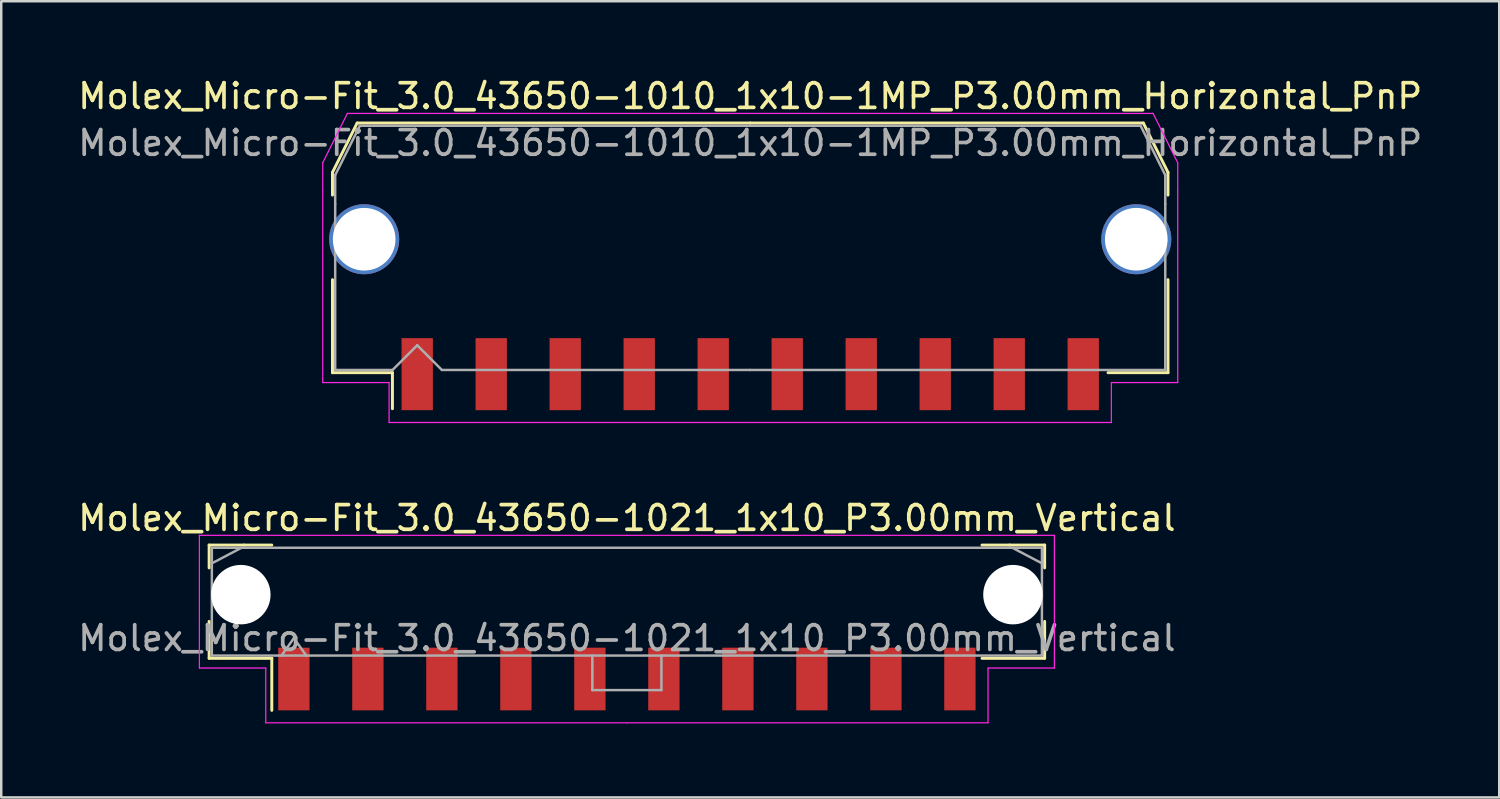
<source format=kicad_pcb>
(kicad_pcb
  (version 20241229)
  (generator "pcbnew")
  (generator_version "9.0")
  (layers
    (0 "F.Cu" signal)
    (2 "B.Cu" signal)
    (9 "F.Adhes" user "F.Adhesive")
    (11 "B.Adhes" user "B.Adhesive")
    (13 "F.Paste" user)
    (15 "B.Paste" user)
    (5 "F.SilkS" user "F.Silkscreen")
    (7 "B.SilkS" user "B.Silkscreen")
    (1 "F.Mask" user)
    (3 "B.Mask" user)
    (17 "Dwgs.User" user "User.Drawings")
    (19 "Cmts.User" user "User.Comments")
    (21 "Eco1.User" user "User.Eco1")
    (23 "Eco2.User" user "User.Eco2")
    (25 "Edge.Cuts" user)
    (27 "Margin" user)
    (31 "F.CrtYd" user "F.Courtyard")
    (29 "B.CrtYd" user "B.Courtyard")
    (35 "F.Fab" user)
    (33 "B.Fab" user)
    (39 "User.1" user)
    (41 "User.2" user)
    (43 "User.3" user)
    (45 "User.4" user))
  (footprint "Molex_Micro-Fit_3.0_43650-1021_1x10_P3.00mm_Vertical"
    (layer "F.Cu")
    (at 22.363 21.341)
    (property "Reference" "Molex_Micro-Fit_3.0_43650-1021_1x10_P3.00mm_Vertical" (at 0 -3.39 0) (layer "F.SilkS") (effects (font (size 1 1) (thickness 0.15))))
    (attr smd)
    (fp_line (start -16.935 -2.295) (end -15.515 -2.295) (stroke (width 0.12) (type solid)) (layer "F.SilkS"))
    (fp_line (start -16.935 -1.37) (end -16.935 -2.295) (stroke (width 0.12) (type solid)) (layer "F.SilkS"))
    (fp_line (start -16.935 0.8) (end -16.935 2.295) (stroke (width 0.12) (type solid)) (layer "F.SilkS"))
    (fp_line (start -16.935 2.295) (end -14.395 2.295) (stroke (width 0.12) (type solid)) (layer "F.SilkS"))
    (fp_line (start -15.515 -2.295) (end -14.395 -2.295) (stroke (width 0.12) (type solid)) (layer "F.SilkS"))
    (fp_line (start -14.395 2.295) (end -14.395 4.405) (stroke (width 0.12) (type solid)) (layer "F.SilkS"))
    (fp_line (start 15.515 -2.295) (end 14.395 -2.295) (stroke (width 0.12) (type solid)) (layer "F.SilkS"))
    (fp_line (start 16.935 -2.295) (end 15.515 -2.295) (stroke (width 0.12) (type solid)) (layer "F.SilkS"))
    (fp_line (start 16.935 -1.37) (end 16.935 -2.295) (stroke (width 0.12) (type solid)) (layer "F.SilkS"))
    (fp_line (start 16.935 0.8) (end 16.935 2.295) (stroke (width 0.12) (type solid)) (layer "F.SilkS"))
    (fp_line (start 16.935 2.295) (end 14.395 2.295) (stroke (width 0.12) (type solid)) (layer "F.SilkS"))
    (fp_line (start -17.33 -2.69) (end -17.33 2.69) (stroke (width 0.05) (type solid)) (layer "F.CrtYd"))
    (fp_line (start -17.33 2.69) (end -14.64 2.69) (stroke (width 0.05) (type solid)) (layer "F.CrtYd"))
    (fp_line (start -14.64 -2.69) (end -17.33 -2.69) (stroke (width 0.05) (type solid)) (layer "F.CrtYd"))
    (fp_line (start -14.64 2.69) (end -14.64 4.91) (stroke (width 0.05) (type solid)) (layer "F.CrtYd"))
    (fp_line (start -14.64 4.91) (end 0 4.91) (stroke (width 0.05) (type solid)) (layer "F.CrtYd"))
    (fp_line (start 0 -2.69) (end -14.64 -2.69) (stroke (width 0.05) (type solid)) (layer "F.CrtYd"))
    (fp_line (start 0 -2.69) (end 14.64 -2.69) (stroke (width 0.05) (type solid)) (layer "F.CrtYd"))
    (fp_line (start 14.64 -2.69) (end 17.33 -2.69) (stroke (width 0.05) (type solid)) (layer "F.CrtYd"))
    (fp_line (start 14.64 2.69) (end 14.64 4.91) (stroke (width 0.05) (type solid)) (layer "F.CrtYd"))
    (fp_line (start 14.64 4.91) (end 0 4.91) (stroke (width 0.05) (type solid)) (layer "F.CrtYd"))
    (fp_line (start 17.33 -2.69) (end 17.33 2.69) (stroke (width 0.05) (type solid)) (layer "F.CrtYd"))
    (fp_line (start 17.33 2.69) (end 14.64 2.69) (stroke (width 0.05) (type solid)) (layer "F.CrtYd"))
    (fp_line (start -16.825 -2.185) (end -16.825 2.185) (stroke (width 0.1) (type solid)) (layer "F.Fab"))
    (fp_line (start -16.825 -1.555) (end -15.625 -2.185) (stroke (width 0.1) (type solid)) (layer "F.Fab"))
    (fp_line (start -16.825 2.185) (end 16.825 2.185) (stroke (width 0.1) (type solid)) (layer "F.Fab"))
    (fp_line (start -15.625 -2.185) (end -16.825 -2.185) (stroke (width 0.1) (type solid)) (layer "F.Fab"))
    (fp_line (start -14 2.185) (end -13.5 1.478) (stroke (width 0.1) (type solid)) (layer "F.Fab"))
    (fp_line (start -13.5 1.478) (end -13 2.185) (stroke (width 0.1) (type solid)) (layer "F.Fab"))
    (fp_line (start -1.4 2.185) (end -1.4 3.585) (stroke (width 0.1) (type solid)) (layer "F.Fab"))
    (fp_line (start -1.4 3.585) (end 1.4 3.585) (stroke (width 0.1) (type solid)) (layer "F.Fab"))
    (fp_line (start 1.4 3.585) (end 1.4 2.185) (stroke (width 0.1) (type solid)) (layer "F.Fab"))
    (fp_line (start 15.625 -2.185) (end -15.625 -2.185) (stroke (width 0.1) (type solid)) (layer "F.Fab"))
    (fp_line (start 16.825 -2.185) (end 15.625 -2.185) (stroke (width 0.1) (type solid)) (layer "F.Fab"))
    (fp_line (start 16.825 -1.555) (end 15.625 -2.185) (stroke (width 0.1) (type solid)) (layer "F.Fab"))
    (fp_line (start 16.825 2.185) (end 16.825 -2.185) (stroke (width 0.1) (type solid)) (layer "F.Fab"))
    (fp_text user "${REFERENCE}" (at 0 1.48 0) (layer "F.Fab") (effects (font (size 1 1) (thickness 0.15))))
    (pad "" np_thru_hole circle (at -15.65 -0.285) (size 2.41 2.41) (drill 2.41) (layers "*.Cu" "*.Mask"))
    (pad "" np_thru_hole circle (at 15.65 -0.285) (size 2.41 2.41) (drill 2.41) (layers "*.Cu" "*.Mask"))
    (pad "1" smd rect (at -13.5 3.135) (size 1.27 2.54) (layers "F.Cu" "F.Mask" "F.Paste"))
    (pad "2" smd rect (at -10.5 3.135) (size 1.27 2.54) (layers "F.Cu" "F.Mask" "F.Paste"))
    (pad "3" smd rect (at -7.5 3.135) (size 1.27 2.54) (layers "F.Cu" "F.Mask" "F.Paste"))
    (pad "4" smd rect (at -4.5 3.135) (size 1.27 2.54) (layers "F.Cu" "F.Mask" "F.Paste"))
    (pad "5" smd rect (at -1.5 3.135) (size 1.27 2.54) (layers "F.Cu" "F.Mask" "F.Paste"))
    (pad "6" smd rect (at 1.5 3.135) (size 1.27 2.54) (layers "F.Cu" "F.Mask" "F.Paste"))
    (pad "7" smd rect (at 4.5 3.135) (size 1.27 2.54) (layers "F.Cu" "F.Mask" "F.Paste"))
    (pad "8" smd rect (at 7.5 3.135) (size 1.27 2.54) (layers "F.Cu" "F.Mask" "F.Paste"))
    (pad "9" smd rect (at 10.5 3.135) (size 1.27 2.54) (layers "F.Cu" "F.Mask" "F.Paste"))
    (pad "10" smd rect (at 13.5 3.135) (size 1.27 2.54) (layers "F.Cu" "F.Mask" "F.Paste")))
  (footprint "Molex_Micro-Fit_3.0_43650-1010_1x10-1MP_P3.00mm_Horizontal_PnP"
    (layer "F.Cu")
    (at 27.363 6.998)
    (property "Reference" "Molex_Micro-Fit_3.0_43650-1010_1x10-1MP_P3.00mm_Horizontal_PnP" (at 0 -6.15 0) (layer "F.SilkS") (effects (font (size 1 1) (thickness 0.15))))
    (attr smd)
    (fp_line (start -16.935 -3.06) (end -16.935 -2.14) (stroke (width 0.12) (type solid)) (layer "F.SilkS"))
    (fp_line (start -16.935 1.29) (end -16.935 5.06) (stroke (width 0.12) (type solid)) (layer "F.SilkS"))
    (fp_line (start -16.935 5.06) (end -14.505 5.06) (stroke (width 0.12) (type solid)) (layer "F.SilkS"))
    (fp_line (start -15.935 -5.06) (end -16.935 -3.06) (stroke (width 0.12) (type solid)) (layer "F.SilkS"))
    (fp_line (start -14.505 5.06) (end -14.505 6.52) (stroke (width 0.12) (type solid)) (layer "F.SilkS"))
    (fp_line (start 0 -5.06) (end -15.935 -5.06) (stroke (width 0.12) (type solid)) (layer "F.SilkS"))
    (fp_line (start 0 -5.06) (end 15.935 -5.06) (stroke (width 0.12) (type solid)) (layer "F.SilkS"))
    (fp_line (start 15.935 -5.06) (end 16.935 -3.06) (stroke (width 0.12) (type solid)) (layer "F.SilkS"))
    (fp_line (start 16.935 -3.06) (end 16.935 -2.14) (stroke (width 0.12) (type solid)) (layer "F.SilkS"))
    (fp_line (start 16.935 1.29) (end 16.935 5.06) (stroke (width 0.12) (type solid)) (layer "F.SilkS"))
    (fp_line (start 16.935 5.06) (end 14.505 5.06) (stroke (width 0.12) (type solid)) (layer "F.SilkS"))
    (fp_line (start -17.33 -3.45) (end -17.33 -2.27) (stroke (width 0.05) (type solid)) (layer "F.CrtYd"))
    (fp_line (start -17.33 -2.27) (end -17.33 5.46) (stroke (width 0.05) (type solid)) (layer "F.CrtYd"))
    (fp_line (start -17.33 5.46) (end -14.64 5.46) (stroke (width 0.05) (type solid)) (layer "F.CrtYd"))
    (fp_line (start -16.33 -5.45) (end -17.33 -3.45) (stroke (width 0.05) (type solid)) (layer "F.CrtYd"))
    (fp_line (start -14.64 5.46) (end -14.64 7.08) (stroke (width 0.05) (type solid)) (layer "F.CrtYd"))
    (fp_line (start -14.64 7.08) (end 0 7.08) (stroke (width 0.05) (type solid)) (layer "F.CrtYd"))
    (fp_line (start 0 -5.45) (end -16.33 -5.45) (stroke (width 0.05) (type solid)) (layer "F.CrtYd"))
    (fp_line (start 0 -5.45) (end 16.33 -5.45) (stroke (width 0.05) (type solid)) (layer "F.CrtYd"))
    (fp_line (start 14.64 5.46) (end 14.64 7.08) (stroke (width 0.05) (type solid)) (layer "F.CrtYd"))
    (fp_line (start 14.64 7.08) (end 0 7.08) (stroke (width 0.05) (type solid)) (layer "F.CrtYd"))
    (fp_line (start 16.33 -5.45) (end 17.33 -3.45) (stroke (width 0.05) (type solid)) (layer "F.CrtYd"))
    (fp_line (start 17.33 -3.45) (end 17.33 -2.27) (stroke (width 0.05) (type solid)) (layer "F.CrtYd"))
    (fp_line (start 17.33 -2.27) (end 17.33 5.46) (stroke (width 0.05) (type solid)) (layer "F.CrtYd"))
    (fp_line (start 17.33 5.46) (end 14.64 5.46) (stroke (width 0.05) (type solid)) (layer "F.CrtYd"))
    (fp_line (start -16.825 -2.95) (end -16.825 -1.77) (stroke (width 0.1) (type solid)) (layer "F.Fab"))
    (fp_line (start -16.825 -1.77) (end -16.825 4.95) (stroke (width 0.1) (type solid)) (layer "F.Fab"))
    (fp_line (start -16.825 4.95) (end -14.5 4.95) (stroke (width 0.1) (type solid)) (layer "F.Fab"))
    (fp_line (start -15.825 -4.95) (end -16.825 -2.95) (stroke (width 0.1) (type solid)) (layer "F.Fab"))
    (fp_line (start -14.5 4.95) (end -13.5 3.95) (stroke (width 0.1) (type solid)) (layer "F.Fab"))
    (fp_line (start -13.5 3.95) (end -12.5 4.95) (stroke (width 0.1) (type solid)) (layer "F.Fab"))
    (fp_line (start -12.5 4.95) (end 0 4.95) (stroke (width 0.1) (type solid)) (layer "F.Fab"))
    (fp_line (start 0 -4.95) (end -15.825 -4.95) (stroke (width 0.1) (type solid)) (layer "F.Fab"))
    (fp_line (start 0 -4.95) (end 15.825 -4.95) (stroke (width 0.1) (type solid)) (layer "F.Fab"))
    (fp_line (start 14.135 4.95) (end 0 4.95) (stroke (width 0.1) (type solid)) (layer "F.Fab"))
    (fp_line (start 15.825 -4.95) (end 16.825 -2.95) (stroke (width 0.1) (type solid)) (layer "F.Fab"))
    (fp_line (start 16.825 -2.95) (end 16.825 -1.77) (stroke (width 0.1) (type solid)) (layer "F.Fab"))
    (fp_line (start 16.825 -1.77) (end 16.825 4.95) (stroke (width 0.1) (type solid)) (layer "F.Fab"))
    (fp_line (start 16.825 4.95) (end 14.135 4.95) (stroke (width 0.1) (type solid)) (layer "F.Fab"))
    (fp_text user "${REFERENCE}" (at 0 -4.25 0) (layer "F.Fab") (effects (font (size 1 1) (thickness 0.15))))
    (pad "1" smd rect (at -13.5 5.12) (size 1.27 2.92) (layers "F.Cu" "F.Mask" "F.Paste"))
    (pad "2" smd rect (at -10.5 5.12) (size 1.27 2.92) (layers "F.Cu" "F.Mask" "F.Paste"))
    (pad "3" smd rect (at -7.5 5.12) (size 1.27 2.92) (layers "F.Cu" "F.Mask" "F.Paste"))
    (pad "4" smd rect (at -4.5 5.12) (size 1.27 2.92) (layers "F.Cu" "F.Mask" "F.Paste"))
    (pad "5" smd rect (at -1.5 5.12) (size 1.27 2.92) (layers "F.Cu" "F.Mask" "F.Paste"))
    (pad "6" smd rect (at 1.5 5.12) (size 1.27 2.92) (layers "F.Cu" "F.Mask" "F.Paste"))
    (pad "7" smd rect (at 4.5 5.12) (size 1.27 2.92) (layers "F.Cu" "F.Mask" "F.Paste"))
    (pad "8" smd rect (at 7.5 5.12) (size 1.27 2.92) (layers "F.Cu" "F.Mask" "F.Paste"))
    (pad "9" smd rect (at 10.5 5.12) (size 1.27 2.92) (layers "F.Cu" "F.Mask" "F.Paste"))
    (pad "10" smd rect (at 13.5 5.12) (size 1.27 2.92) (layers "F.Cu" "F.Mask" "F.Paste"))
    (pad "MP" thru_hole circle (at -15.65 -0.35) (size 2.84 2.84) (drill 2.54) (property pad_prop_heatsink) (layers "*.Cu" "*.Mask"))
    (pad "MP" thru_hole circle (at 15.65 -0.35) (size 2.84 2.84) (drill 2.54) (property pad_prop_heatsink) (layers "*.Cu" "*.Mask")))
  (gr_rect
    (start -3 -3)
    (end 57.726 29.276)
    (stroke (width 0.1) (type default))
    (fill no)
    (layer "Edge.Cuts")))
</source>
